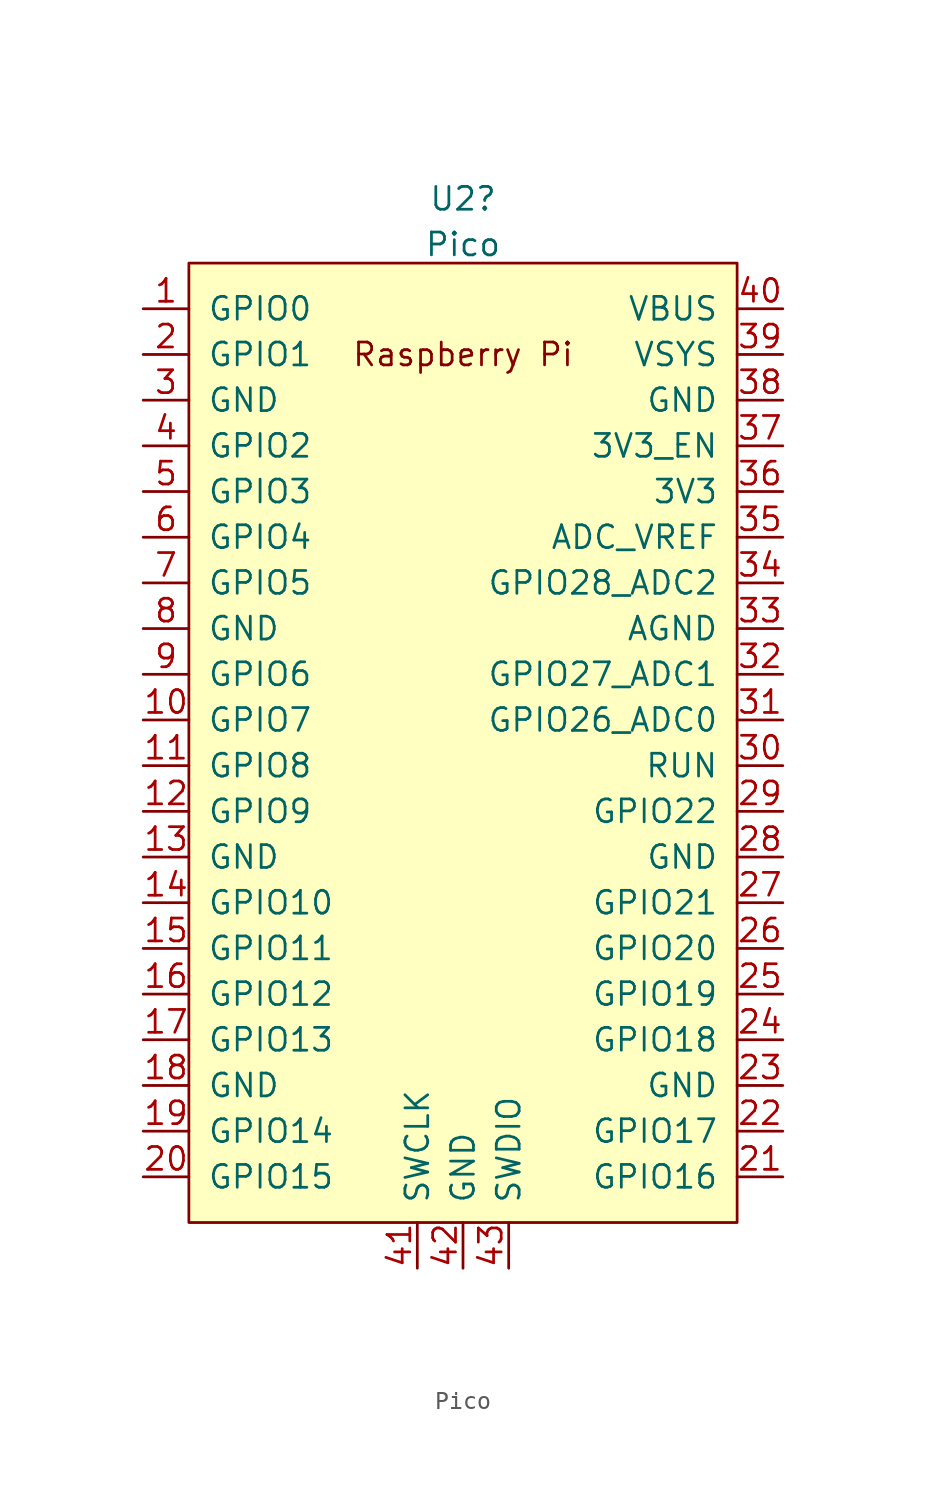
<source format=kicad_sym>
(kicad_symbol_lib
  (version 20211014)
  (generator kicad_symbol_editor)
  (symbol "Pico"
    (pin_names
      (offset 1.016))
    (property "Reference" "U2"
      (at 0 30.243 0)
      (effects (font (size 1.27 1.27))))
    (property "Value" "Pico"
      (at 0 27.706 0)
      (effects (font (size 1.27 1.27))))
    (symbol "Pico_0_0"
      (text "Raspberry Pi" (at 0 21.59 0) (effects (font (size 1.27 1.27)))))
    (symbol "Pico_0_1"
      (rectangle (start -15.24 26.67) (end 15.24 -26.67) (stroke (width 0) (type default) (color 0 0 0 0)) (fill (type background))))
    (symbol "Pico_1_1"
      (pin bidirectional line (at -17.78 24.13 0) (length 2.54) (name "GPIO0" (effects (font (size 1.27 1.27)))) (number "1" (effects (font (size 1.27 1.27)))))
      (pin bidirectional line (at -17.78 1.27 0) (length 2.54) (name "GPIO7" (effects (font (size 1.27 1.27)))) (number "10" (effects (font (size 1.27 1.27)))))
      (pin bidirectional line (at -17.78 -1.27 0) (length 2.54) (name "GPIO8" (effects (font (size 1.27 1.27)))) (number "11" (effects (font (size 1.27 1.27)))))
      (pin bidirectional line (at -17.78 -3.81 0) (length 2.54) (name "GPIO9" (effects (font (size 1.27 1.27)))) (number "12" (effects (font (size 1.27 1.27)))))
      (pin power_in line (at -17.78 -6.35 0) (length 2.54) (name "GND" (effects (font (size 1.27 1.27)))) (number "13" (effects (font (size 1.27 1.27)))))
      (pin bidirectional line (at -17.78 -8.89 0) (length 2.54) (name "GPIO10" (effects (font (size 1.27 1.27)))) (number "14" (effects (font (size 1.27 1.27)))))
      (pin bidirectional line (at -17.78 -11.43 0) (length 2.54) (name "GPIO11" (effects (font (size 1.27 1.27)))) (number "15" (effects (font (size 1.27 1.27)))))
      (pin bidirectional line (at -17.78 -13.97 0) (length 2.54) (name "GPIO12" (effects (font (size 1.27 1.27)))) (number "16" (effects (font (size 1.27 1.27)))))
      (pin bidirectional line (at -17.78 -16.51 0) (length 2.54) (name "GPIO13" (effects (font (size 1.27 1.27)))) (number "17" (effects (font (size 1.27 1.27)))))
      (pin power_in line (at -17.78 -19.05 0) (length 2.54) (name "GND" (effects (font (size 1.27 1.27)))) (number "18" (effects (font (size 1.27 1.27)))))
      (pin bidirectional line (at -17.78 -21.59 0) (length 2.54) (name "GPIO14" (effects (font (size 1.27 1.27)))) (number "19" (effects (font (size 1.27 1.27)))))
      (pin bidirectional line (at -17.78 21.59 0) (length 2.54) (name "GPIO1" (effects (font (size 1.27 1.27)))) (number "2" (effects (font (size 1.27 1.27)))))
      (pin bidirectional line (at -17.78 -24.13 0) (length 2.54) (name "GPIO15" (effects (font (size 1.27 1.27)))) (number "20" (effects (font (size 1.27 1.27)))))
      (pin bidirectional line (at 17.78 -24.13 180) (length 2.54) (name "GPIO16" (effects (font (size 1.27 1.27)))) (number "21" (effects (font (size 1.27 1.27)))))
      (pin bidirectional line (at 17.78 -21.59 180) (length 2.54) (name "GPIO17" (effects (font (size 1.27 1.27)))) (number "22" (effects (font (size 1.27 1.27)))))
      (pin power_in line (at 17.78 -19.05 180) (length 2.54) (name "GND" (effects (font (size 1.27 1.27)))) (number "23" (effects (font (size 1.27 1.27)))))
      (pin bidirectional line (at 17.78 -16.51 180) (length 2.54) (name "GPIO18" (effects (font (size 1.27 1.27)))) (number "24" (effects (font (size 1.27 1.27)))))
      (pin bidirectional line (at 17.78 -13.97 180) (length 2.54) (name "GPIO19" (effects (font (size 1.27 1.27)))) (number "25" (effects (font (size 1.27 1.27)))))
      (pin bidirectional line (at 17.78 -11.43 180) (length 2.54) (name "GPIO20" (effects (font (size 1.27 1.27)))) (number "26" (effects (font (size 1.27 1.27)))))
      (pin bidirectional line (at 17.78 -8.89 180) (length 2.54) (name "GPIO21" (effects (font (size 1.27 1.27)))) (number "27" (effects (font (size 1.27 1.27)))))
      (pin power_in line (at 17.78 -6.35 180) (length 2.54) (name "GND" (effects (font (size 1.27 1.27)))) (number "28" (effects (font (size 1.27 1.27)))))
      (pin bidirectional line (at 17.78 -3.81 180) (length 2.54) (name "GPIO22" (effects (font (size 1.27 1.27)))) (number "29" (effects (font (size 1.27 1.27)))))
      (pin power_in line (at -17.78 19.05 0) (length 2.54) (name "GND" (effects (font (size 1.27 1.27)))) (number "3" (effects (font (size 1.27 1.27)))))
      (pin input line (at 17.78 -1.27 180) (length 2.54) (name "RUN" (effects (font (size 1.27 1.27)))) (number "30" (effects (font (size 1.27 1.27)))))
      (pin bidirectional line (at 17.78 1.27 180) (length 2.54) (name "GPIO26_ADC0" (effects (font (size 1.27 1.27)))) (number "31" (effects (font (size 1.27 1.27)))))
      (pin bidirectional line (at 17.78 3.81 180) (length 2.54) (name "GPIO27_ADC1" (effects (font (size 1.27 1.27)))) (number "32" (effects (font (size 1.27 1.27)))))
      (pin power_in line (at 17.78 6.35 180) (length 2.54) (name "AGND" (effects (font (size 1.27 1.27)))) (number "33" (effects (font (size 1.27 1.27)))))
      (pin bidirectional line (at 17.78 8.89 180) (length 2.54) (name "GPIO28_ADC2" (effects (font (size 1.27 1.27)))) (number "34" (effects (font (size 1.27 1.27)))))
      (pin unspecified line (at 17.78 11.43 180) (length 2.54) (name "ADC_VREF" (effects (font (size 1.27 1.27)))) (number "35" (effects (font (size 1.27 1.27)))))
      (pin power_out line (at 17.78 13.97 180) (length 2.54) (name "3V3" (effects (font (size 1.27 1.27)))) (number "36" (effects (font (size 1.27 1.27)))))
      (pin input line (at 17.78 16.51 180) (length 2.54) (name "3V3_EN" (effects (font (size 1.27 1.27)))) (number "37" (effects (font (size 1.27 1.27)))))
      (pin power_in line (at 17.78 19.05 180) (length 2.54) (name "GND" (effects (font (size 1.27 1.27)))) (number "38" (effects (font (size 1.27 1.27)))))
      (pin unspecified line (at 17.78 21.59 180) (length 2.54) (name "VSYS" (effects (font (size 1.27 1.27)))) (number "39" (effects (font (size 1.27 1.27)))))
      (pin bidirectional line (at -17.78 16.51 0) (length 2.54) (name "GPIO2" (effects (font (size 1.27 1.27)))) (number "4" (effects (font (size 1.27 1.27)))))
      (pin power_in line (at 17.78 24.13 180) (length 2.54) (name "VBUS" (effects (font (size 1.27 1.27)))) (number "40" (effects (font (size 1.27 1.27)))))
      (pin input line (at -2.54 -29.21 90) (length 2.54) (name "SWCLK" (effects (font (size 1.27 1.27)))) (number "41" (effects (font (size 1.27 1.27)))))
      (pin power_in line (at 0 -29.21 90) (length 2.54) (name "GND" (effects (font (size 1.27 1.27)))) (number "42" (effects (font (size 1.27 1.27)))))
      (pin bidirectional line (at 2.54 -29.21 90) (length 2.54) (name "SWDIO" (effects (font (size 1.27 1.27)))) (number "43" (effects (font (size 1.27 1.27)))))
      (pin bidirectional line (at -17.78 13.97 0) (length 2.54) (name "GPIO3" (effects (font (size 1.27 1.27)))) (number "5" (effects (font (size 1.27 1.27)))))
      (pin bidirectional line (at -17.78 11.43 0) (length 2.54) (name "GPIO4" (effects (font (size 1.27 1.27)))) (number "6" (effects (font (size 1.27 1.27)))))
      (pin bidirectional line (at -17.78 8.89 0) (length 2.54) (name "GPIO5" (effects (font (size 1.27 1.27)))) (number "7" (effects (font (size 1.27 1.27)))))
      (pin power_in line (at -17.78 6.35 0) (length 2.54) (name "GND" (effects (font (size 1.27 1.27)))) (number "8" (effects (font (size 1.27 1.27)))))
      (pin bidirectional line (at -17.78 3.81 0) (length 2.54) (name "GPIO6" (effects (font (size 1.27 1.27)))) (number "9" (effects (font (size 1.27 1.27))))))))
</source>
